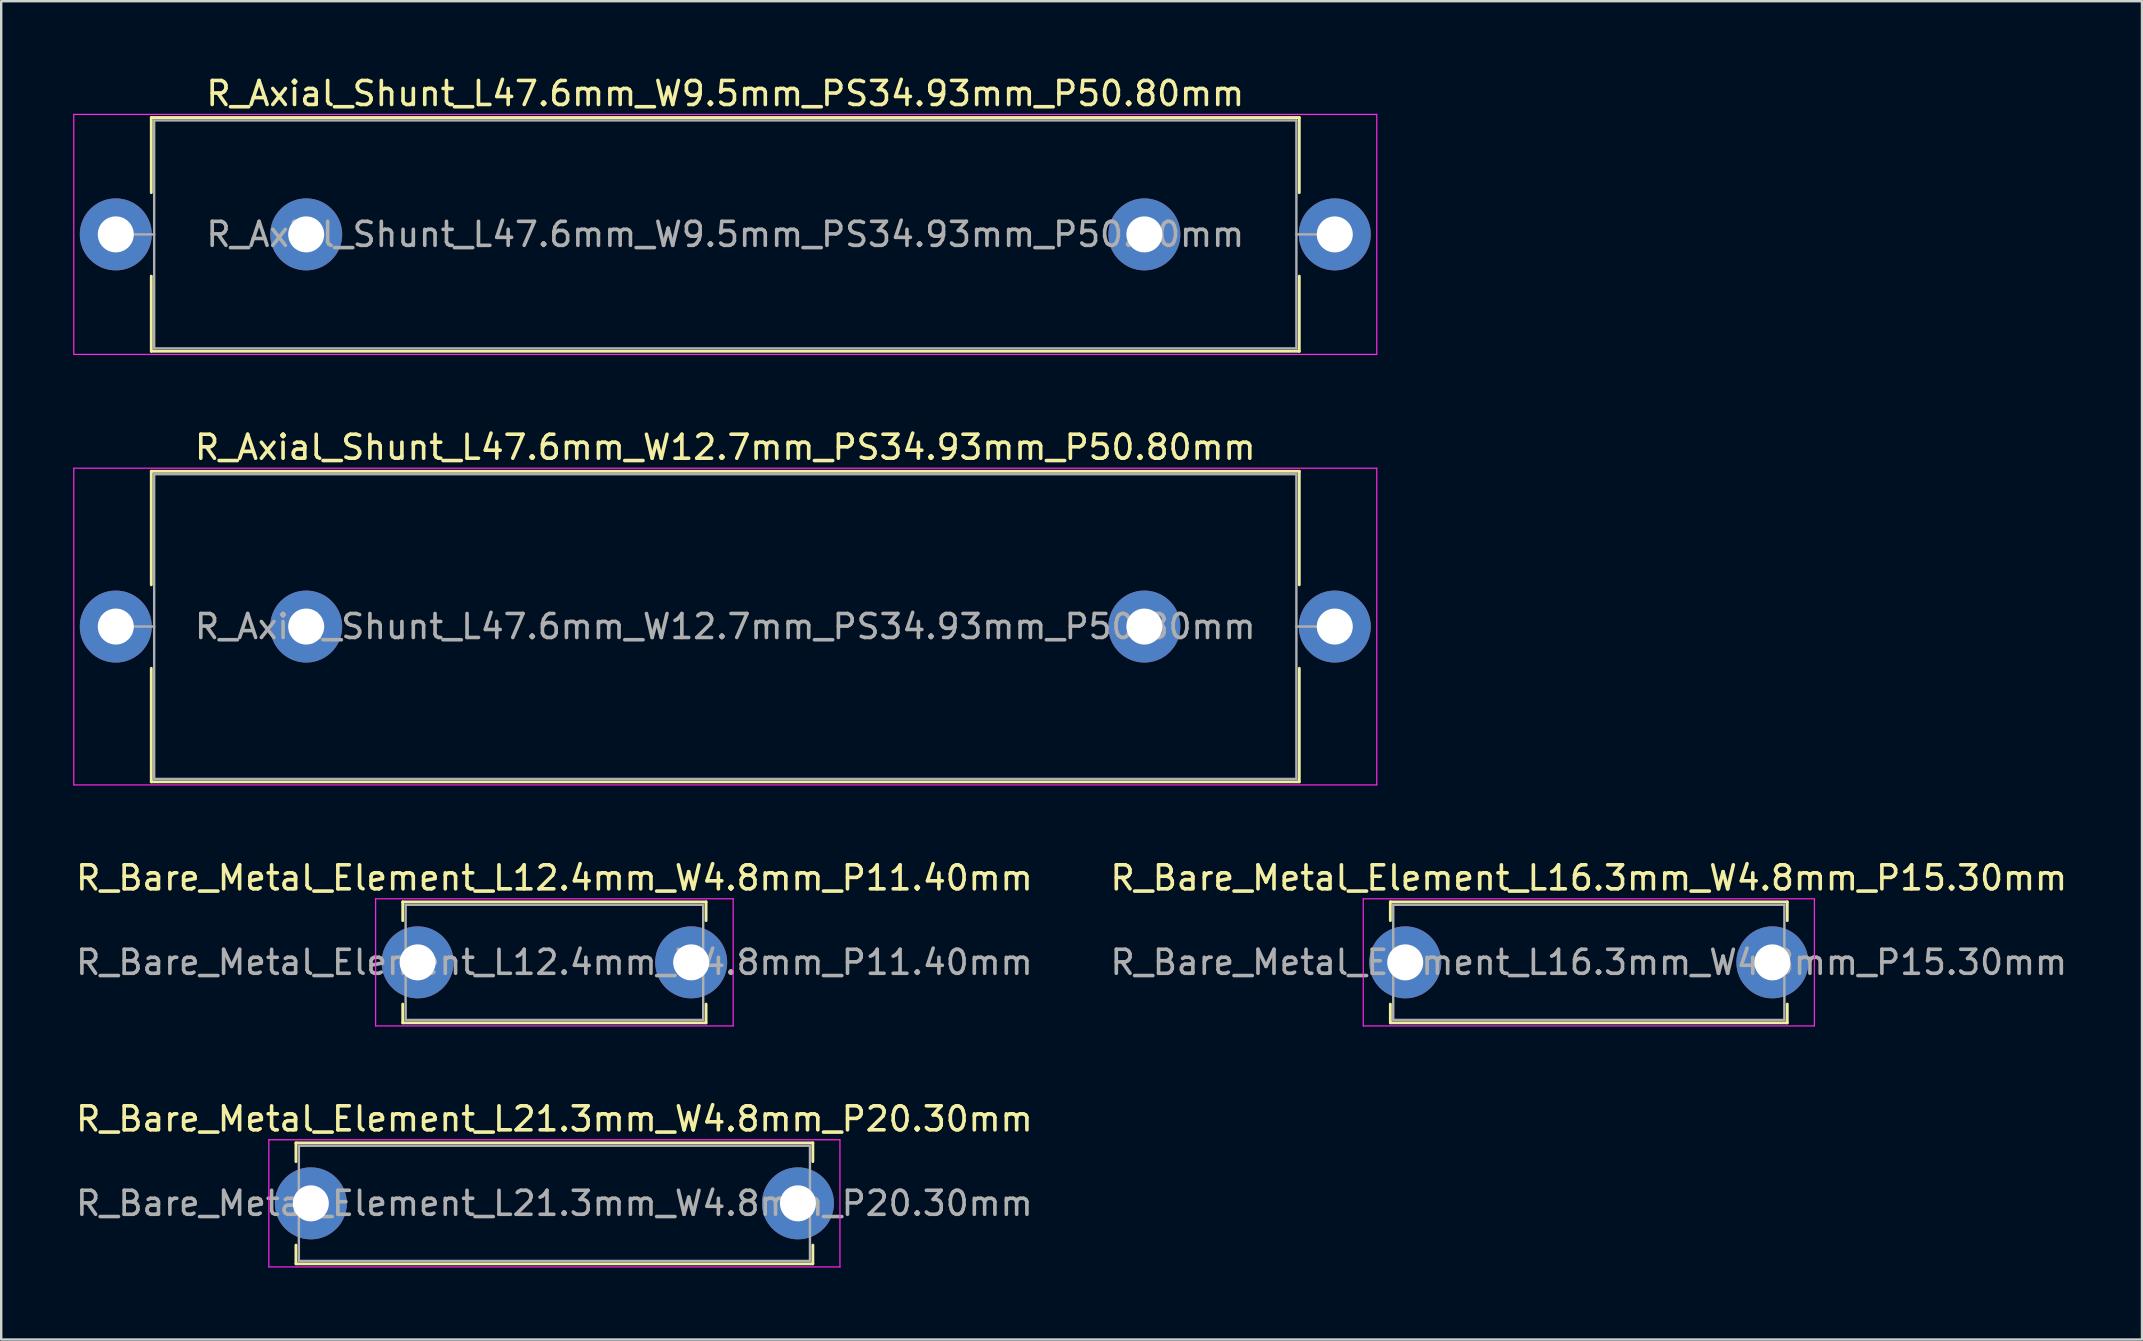
<source format=kicad_pcb>
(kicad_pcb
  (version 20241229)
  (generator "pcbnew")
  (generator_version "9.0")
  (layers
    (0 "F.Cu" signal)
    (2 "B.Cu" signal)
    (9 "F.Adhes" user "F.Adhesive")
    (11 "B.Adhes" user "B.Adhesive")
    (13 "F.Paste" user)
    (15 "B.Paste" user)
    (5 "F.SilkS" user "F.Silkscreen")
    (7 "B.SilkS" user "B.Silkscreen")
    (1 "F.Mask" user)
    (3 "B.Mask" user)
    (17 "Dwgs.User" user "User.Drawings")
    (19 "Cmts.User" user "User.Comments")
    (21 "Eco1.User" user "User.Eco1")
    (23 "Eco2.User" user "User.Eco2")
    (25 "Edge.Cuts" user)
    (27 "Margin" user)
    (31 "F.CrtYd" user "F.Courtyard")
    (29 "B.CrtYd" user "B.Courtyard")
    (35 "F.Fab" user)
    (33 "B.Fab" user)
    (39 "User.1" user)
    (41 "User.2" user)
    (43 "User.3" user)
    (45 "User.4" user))
  (footprint "R_Axial_Shunt_L47.6mm_W12.7mm_PS34.93mm_P50.80mm"
    (layer "F.Cu")
    (at 1.775 23.061)
    (property "Reference" "R_Axial_Shunt_L47.6mm_W12.7mm_PS34.93mm_P50.80mm" (at 25.4 -7.47 0) (layer "F.SilkS") (effects (font (size 1 1) (thickness 0.15))))
    (attr through_hole)
    (fp_line (start 1.48 -6.47) (end 49.32 -6.47) (stroke (width 0.12) (type solid)) (layer "F.SilkS"))
    (fp_line (start 1.48 -1.74) (end 1.48 -6.47) (stroke (width 0.12) (type solid)) (layer "F.SilkS"))
    (fp_line (start 1.48 1.74) (end 1.48 6.47) (stroke (width 0.12) (type solid)) (layer "F.SilkS"))
    (fp_line (start 1.48 6.47) (end 49.32 6.47) (stroke (width 0.12) (type solid)) (layer "F.SilkS"))
    (fp_line (start 49.32 -6.47) (end 49.32 -1.74) (stroke (width 0.12) (type solid)) (layer "F.SilkS"))
    (fp_line (start 49.32 6.47) (end 49.32 1.74) (stroke (width 0.12) (type solid)) (layer "F.SilkS"))
    (fp_line (start -1.75 -6.6) (end -1.75 6.6) (stroke (width 0.05) (type solid)) (layer "F.CrtYd"))
    (fp_line (start -1.75 6.6) (end 52.55 6.6) (stroke (width 0.05) (type solid)) (layer "F.CrtYd"))
    (fp_line (start 52.55 -6.6) (end -1.75 -6.6) (stroke (width 0.05) (type solid)) (layer "F.CrtYd"))
    (fp_line (start 52.55 6.6) (end 52.55 -6.6) (stroke (width 0.05) (type solid)) (layer "F.CrtYd"))
    (fp_line (start 0 0) (end 1.6 0) (stroke (width 0.1) (type solid)) (layer "F.Fab"))
    (fp_line (start 1.6 -6.35) (end 1.6 6.35) (stroke (width 0.1) (type solid)) (layer "F.Fab"))
    (fp_line (start 1.6 6.35) (end 49.2 6.35) (stroke (width 0.1) (type solid)) (layer "F.Fab"))
    (fp_line (start 49.2 -6.35) (end 1.6 -6.35) (stroke (width 0.1) (type solid)) (layer "F.Fab"))
    (fp_line (start 49.2 6.35) (end 49.2 -6.35) (stroke (width 0.1) (type solid)) (layer "F.Fab"))
    (fp_line (start 50.8 0) (end 49.2 0) (stroke (width 0.1) (type solid)) (layer "F.Fab"))
    (fp_text user "${REFERENCE}" (at 25.4 0 0) (layer "F.Fab") (effects (font (size 1 1) (thickness 0.15))))
    (pad "1" thru_hole circle (at 0 0) (size 3 3) (drill 1.5) (layers "*.Cu" "*.Mask"))
    (pad "2" thru_hole oval (at 7.935 0) (size 3 3) (drill 1.5) (layers "*.Cu" "*.Mask"))
    (pad "3" thru_hole oval (at 42.865 0) (size 3 3) (drill 1.5) (layers "*.Cu" "*.Mask"))
    (pad "4" thru_hole oval (at 50.8 0) (size 3 3) (drill 1.5) (layers "*.Cu" "*.Mask")))
  (footprint "R_Bare_Metal_Element_L21.3mm_W4.8mm_P20.30mm"
    (layer "F.Cu")
    (at 9.904 47.098)
    (property "Reference" "R_Bare_Metal_Element_L21.3mm_W4.8mm_P20.30mm" (at 10.15 -3.52 0) (layer "F.SilkS") (effects (font (size 1 1) (thickness 0.15))))
    (attr through_hole)
    (fp_line (start -0.62 -2.52) (end 20.92 -2.52) (stroke (width 0.12) (type solid)) (layer "F.SilkS"))
    (fp_line (start -0.62 -1.74) (end -0.62 -2.52) (stroke (width 0.12) (type solid)) (layer "F.SilkS"))
    (fp_line (start -0.62 1.74) (end -0.62 2.52) (stroke (width 0.12) (type solid)) (layer "F.SilkS"))
    (fp_line (start -0.62 2.52) (end 20.92 2.52) (stroke (width 0.12) (type solid)) (layer "F.SilkS"))
    (fp_line (start 20.92 -2.52) (end 20.92 -1.74) (stroke (width 0.12) (type solid)) (layer "F.SilkS"))
    (fp_line (start 20.92 2.52) (end 20.92 1.74) (stroke (width 0.12) (type solid)) (layer "F.SilkS"))
    (fp_line (start -1.75 -2.65) (end -1.75 2.65) (stroke (width 0.05) (type solid)) (layer "F.CrtYd"))
    (fp_line (start -1.75 2.65) (end 22.05 2.65) (stroke (width 0.05) (type solid)) (layer "F.CrtYd"))
    (fp_line (start 22.05 -2.65) (end -1.75 -2.65) (stroke (width 0.05) (type solid)) (layer "F.CrtYd"))
    (fp_line (start 22.05 2.65) (end 22.05 -2.65) (stroke (width 0.05) (type solid)) (layer "F.CrtYd"))
    (fp_line (start -0.5 -2.4) (end -0.5 2.4) (stroke (width 0.1) (type solid)) (layer "F.Fab"))
    (fp_line (start -0.5 2.4) (end 20.8 2.4) (stroke (width 0.1) (type solid)) (layer "F.Fab"))
    (fp_line (start 20.8 -2.4) (end -0.5 -2.4) (stroke (width 0.1) (type solid)) (layer "F.Fab"))
    (fp_line (start 20.8 2.4) (end 20.8 -2.4) (stroke (width 0.1) (type solid)) (layer "F.Fab"))
    (fp_text user "${REFERENCE}" (at 10.15 0 0) (layer "F.Fab") (effects (font (size 1 1) (thickness 0.15))))
    (pad "1" thru_hole circle (at 0 0) (size 3 3) (drill 1.5) (layers "*.Cu" "*.Mask"))
    (pad "2" thru_hole oval (at 20.3 0) (size 3 3) (drill 1.5) (layers "*.Cu" "*.Mask")))
  (footprint "R_Bare_Metal_Element_L12.4mm_W4.8mm_P11.40mm"
    (layer "F.Cu")
    (at 14.354 37.055)
    (property "Reference" "R_Bare_Metal_Element_L12.4mm_W4.8mm_P11.40mm" (at 5.7 -3.52 0) (layer "F.SilkS") (effects (font (size 1 1) (thickness 0.15))))
    (attr through_hole)
    (fp_line (start -0.62 -2.52) (end 12.02 -2.52) (stroke (width 0.12) (type solid)) (layer "F.SilkS"))
    (fp_line (start -0.62 -1.74) (end -0.62 -2.52) (stroke (width 0.12) (type solid)) (layer "F.SilkS"))
    (fp_line (start -0.62 1.74) (end -0.62 2.52) (stroke (width 0.12) (type solid)) (layer "F.SilkS"))
    (fp_line (start -0.62 2.52) (end 12.02 2.52) (stroke (width 0.12) (type solid)) (layer "F.SilkS"))
    (fp_line (start 12.02 -2.52) (end 12.02 -1.74) (stroke (width 0.12) (type solid)) (layer "F.SilkS"))
    (fp_line (start 12.02 2.52) (end 12.02 1.74) (stroke (width 0.12) (type solid)) (layer "F.SilkS"))
    (fp_line (start -1.75 -2.65) (end -1.75 2.65) (stroke (width 0.05) (type solid)) (layer "F.CrtYd"))
    (fp_line (start -1.75 2.65) (end 13.15 2.65) (stroke (width 0.05) (type solid)) (layer "F.CrtYd"))
    (fp_line (start 13.15 -2.65) (end -1.75 -2.65) (stroke (width 0.05) (type solid)) (layer "F.CrtYd"))
    (fp_line (start 13.15 2.65) (end 13.15 -2.65) (stroke (width 0.05) (type solid)) (layer "F.CrtYd"))
    (fp_line (start -0.5 -2.4) (end -0.5 2.4) (stroke (width 0.1) (type solid)) (layer "F.Fab"))
    (fp_line (start -0.5 2.4) (end 11.9 2.4) (stroke (width 0.1) (type solid)) (layer "F.Fab"))
    (fp_line (start 11.9 -2.4) (end -0.5 -2.4) (stroke (width 0.1) (type solid)) (layer "F.Fab"))
    (fp_line (start 11.9 2.4) (end 11.9 -2.4) (stroke (width 0.1) (type solid)) (layer "F.Fab"))
    (fp_text user "${REFERENCE}" (at 5.7 0 0) (layer "F.Fab") (effects (font (size 1 1) (thickness 0.15))))
    (pad "1" thru_hole circle (at 0 0) (size 3 3) (drill 1.5) (layers "*.Cu" "*.Mask"))
    (pad "2" thru_hole oval (at 11.4 0) (size 3 3) (drill 1.5) (layers "*.Cu" "*.Mask")))
  (footprint "R_Bare_Metal_Element_L16.3mm_W4.8mm_P15.30mm"
    (layer "F.Cu")
    (at 55.511 37.055)
    (property "Reference" "R_Bare_Metal_Element_L16.3mm_W4.8mm_P15.30mm" (at 7.65 -3.52 0) (layer "F.SilkS") (effects (font (size 1 1) (thickness 0.15))))
    (attr through_hole)
    (fp_line (start -0.62 -2.52) (end 15.92 -2.52) (stroke (width 0.12) (type solid)) (layer "F.SilkS"))
    (fp_line (start -0.62 -1.74) (end -0.62 -2.52) (stroke (width 0.12) (type solid)) (layer "F.SilkS"))
    (fp_line (start -0.62 1.74) (end -0.62 2.52) (stroke (width 0.12) (type solid)) (layer "F.SilkS"))
    (fp_line (start -0.62 2.52) (end 15.92 2.52) (stroke (width 0.12) (type solid)) (layer "F.SilkS"))
    (fp_line (start 15.92 -2.52) (end 15.92 -1.74) (stroke (width 0.12) (type solid)) (layer "F.SilkS"))
    (fp_line (start 15.92 2.52) (end 15.92 1.74) (stroke (width 0.12) (type solid)) (layer "F.SilkS"))
    (fp_line (start -1.75 -2.65) (end -1.75 2.65) (stroke (width 0.05) (type solid)) (layer "F.CrtYd"))
    (fp_line (start -1.75 2.65) (end 17.05 2.65) (stroke (width 0.05) (type solid)) (layer "F.CrtYd"))
    (fp_line (start 17.05 -2.65) (end -1.75 -2.65) (stroke (width 0.05) (type solid)) (layer "F.CrtYd"))
    (fp_line (start 17.05 2.65) (end 17.05 -2.65) (stroke (width 0.05) (type solid)) (layer "F.CrtYd"))
    (fp_line (start -0.5 -2.4) (end -0.5 2.4) (stroke (width 0.1) (type solid)) (layer "F.Fab"))
    (fp_line (start -0.5 2.4) (end 15.8 2.4) (stroke (width 0.1) (type solid)) (layer "F.Fab"))
    (fp_line (start 15.8 -2.4) (end -0.5 -2.4) (stroke (width 0.1) (type solid)) (layer "F.Fab"))
    (fp_line (start 15.8 2.4) (end 15.8 -2.4) (stroke (width 0.1) (type solid)) (layer "F.Fab"))
    (fp_text user "${REFERENCE}" (at 7.65 0 0) (layer "F.Fab") (effects (font (size 1 1) (thickness 0.15))))
    (pad "1" thru_hole circle (at 0 0) (size 3 3) (drill 1.5) (layers "*.Cu" "*.Mask"))
    (pad "2" thru_hole oval (at 15.3 0) (size 3 3) (drill 1.5) (layers "*.Cu" "*.Mask")))
  (footprint "R_Axial_Shunt_L47.6mm_W9.5mm_PS34.93mm_P50.80mm"
    (layer "F.Cu")
    (at 1.775 6.718)
    (property "Reference" "R_Axial_Shunt_L47.6mm_W9.5mm_PS34.93mm_P50.80mm" (at 25.4 -5.87 0) (layer "F.SilkS") (effects (font (size 1 1) (thickness 0.15))))
    (attr through_hole)
    (fp_line (start 1.48 -4.87) (end 49.32 -4.87) (stroke (width 0.12) (type solid)) (layer "F.SilkS"))
    (fp_line (start 1.48 -1.74) (end 1.48 -4.87) (stroke (width 0.12) (type solid)) (layer "F.SilkS"))
    (fp_line (start 1.48 1.74) (end 1.48 4.87) (stroke (width 0.12) (type solid)) (layer "F.SilkS"))
    (fp_line (start 1.48 4.87) (end 49.32 4.87) (stroke (width 0.12) (type solid)) (layer "F.SilkS"))
    (fp_line (start 49.32 -4.87) (end 49.32 -1.74) (stroke (width 0.12) (type solid)) (layer "F.SilkS"))
    (fp_line (start 49.32 4.87) (end 49.32 1.74) (stroke (width 0.12) (type solid)) (layer "F.SilkS"))
    (fp_line (start -1.75 -5) (end -1.75 5) (stroke (width 0.05) (type solid)) (layer "F.CrtYd"))
    (fp_line (start -1.75 5) (end 52.55 5) (stroke (width 0.05) (type solid)) (layer "F.CrtYd"))
    (fp_line (start 52.55 -5) (end -1.75 -5) (stroke (width 0.05) (type solid)) (layer "F.CrtYd"))
    (fp_line (start 52.55 5) (end 52.55 -5) (stroke (width 0.05) (type solid)) (layer "F.CrtYd"))
    (fp_line (start 0 0) (end 1.6 0) (stroke (width 0.1) (type solid)) (layer "F.Fab"))
    (fp_line (start 1.6 -4.75) (end 1.6 4.75) (stroke (width 0.1) (type solid)) (layer "F.Fab"))
    (fp_line (start 1.6 4.75) (end 49.2 4.75) (stroke (width 0.1) (type solid)) (layer "F.Fab"))
    (fp_line (start 49.2 -4.75) (end 1.6 -4.75) (stroke (width 0.1) (type solid)) (layer "F.Fab"))
    (fp_line (start 49.2 4.75) (end 49.2 -4.75) (stroke (width 0.1) (type solid)) (layer "F.Fab"))
    (fp_line (start 50.8 0) (end 49.2 0) (stroke (width 0.1) (type solid)) (layer "F.Fab"))
    (fp_text user "${REFERENCE}" (at 25.4 0 0) (layer "F.Fab") (effects (font (size 1 1) (thickness 0.15))))
    (pad "1" thru_hole circle (at 0 0) (size 3 3) (drill 1.5) (layers "*.Cu" "*.Mask"))
    (pad "2" thru_hole oval (at 7.935 0) (size 3 3) (drill 1.5) (layers "*.Cu" "*.Mask"))
    (pad "3" thru_hole oval (at 42.865 0) (size 3 3) (drill 1.5) (layers "*.Cu" "*.Mask"))
    (pad "4" thru_hole oval (at 50.8 0) (size 3 3) (drill 1.5) (layers "*.Cu" "*.Mask")))
  (gr_rect
    (start -3 -3)
    (end 86.214 52.773)
    (stroke (width 0.1) (type default))
    (fill no)
    (layer "Edge.Cuts")))
</source>
